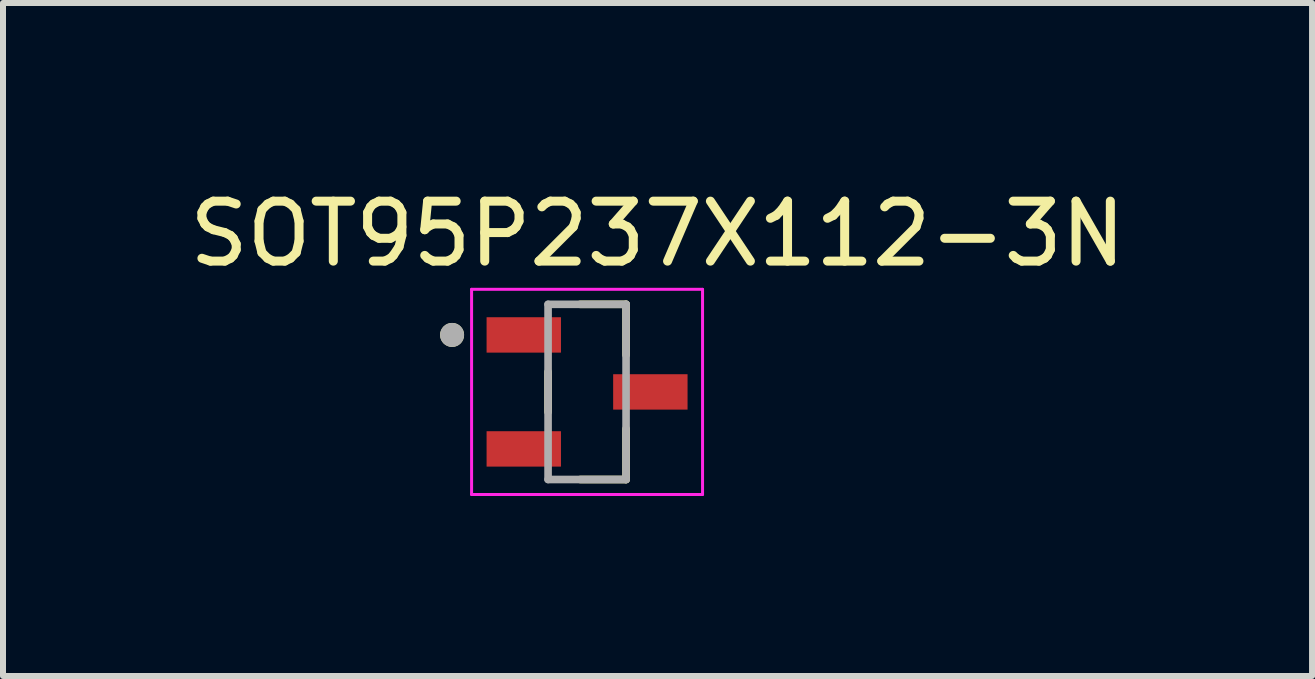
<source format=kicad_pcb>
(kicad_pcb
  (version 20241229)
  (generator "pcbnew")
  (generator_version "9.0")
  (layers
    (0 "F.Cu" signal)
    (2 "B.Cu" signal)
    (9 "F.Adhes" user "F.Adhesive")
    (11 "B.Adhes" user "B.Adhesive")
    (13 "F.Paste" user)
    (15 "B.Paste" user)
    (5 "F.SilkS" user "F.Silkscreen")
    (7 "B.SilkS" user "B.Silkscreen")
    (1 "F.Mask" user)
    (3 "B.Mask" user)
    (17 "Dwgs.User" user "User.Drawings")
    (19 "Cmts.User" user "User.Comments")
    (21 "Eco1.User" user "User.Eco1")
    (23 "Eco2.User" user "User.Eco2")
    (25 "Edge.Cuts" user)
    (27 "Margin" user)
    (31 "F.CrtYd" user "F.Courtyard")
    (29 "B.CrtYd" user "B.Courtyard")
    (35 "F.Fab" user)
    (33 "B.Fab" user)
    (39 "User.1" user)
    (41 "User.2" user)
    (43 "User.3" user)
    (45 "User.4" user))
  (footprint "SOT95P237X112-3N"
    (layer "F.Cu")
    (at 6.736 3.483)
    (property "Reference" "SOT95P237X112-3N" (at 1.175 -2.635 0) (layer "F.SilkS") (effects (font (size 1 1) (thickness 0.15))))
    (attr smd)
    (fp_line (start -0.65 0.335) (end -0.65 -0.335) (stroke (width 0.127) (type solid)) (layer "F.SilkS"))
    (fp_line (start -0.115 1.46) (end 0.65 1.46) (stroke (width 0.127) (type solid)) (layer "F.SilkS"))
    (fp_line (start 0.65 -1.46) (end -0.115 -1.46) (stroke (width 0.127) (type solid)) (layer "F.SilkS"))
    (fp_line (start 0.65 -0.615) (end 0.65 -1.46) (stroke (width 0.127) (type solid)) (layer "F.SilkS"))
    (fp_line (start 0.65 1.46) (end 0.65 0.615) (stroke (width 0.127) (type solid)) (layer "F.SilkS"))
    (fp_circle (center -2.25 -0.95) (end -2.15 -0.95) (stroke (width 0.2) (type solid)) (fill no) (layer "F.SilkS"))
    (fp_line (start -1.925 -1.71) (end -1.925 1.71) (stroke (width 0.05) (type solid)) (layer "F.CrtYd"))
    (fp_line (start -1.925 1.71) (end 1.925 1.71) (stroke (width 0.05) (type solid)) (layer "F.CrtYd"))
    (fp_line (start 1.925 -1.71) (end -1.925 -1.71) (stroke (width 0.05) (type solid)) (layer "F.CrtYd"))
    (fp_line (start 1.925 1.71) (end 1.925 -1.71) (stroke (width 0.05) (type solid)) (layer "F.CrtYd"))
    (fp_line (start -0.65 -1.46) (end -0.65 1.46) (stroke (width 0.127) (type solid)) (layer "F.Fab"))
    (fp_line (start -0.65 1.46) (end 0.65 1.46) (stroke (width 0.127) (type solid)) (layer "F.Fab"))
    (fp_line (start 0.65 -1.46) (end -0.65 -1.46) (stroke (width 0.127) (type solid)) (layer "F.Fab"))
    (fp_line (start 0.65 1.46) (end 0.65 -1.46) (stroke (width 0.127) (type solid)) (layer "F.Fab"))
    (fp_circle (center -2.25 -0.95) (end -2.15 -0.95) (stroke (width 0.2) (type solid)) (fill no) (layer "F.Fab"))
    (pad "1" smd rect (at -1.055 -0.95) (size 1.24 0.59) (layers "F.Cu" "F.Mask" "F.Paste"))
    (pad "2" smd rect (at -1.055 0.95) (size 1.24 0.59) (layers "F.Cu" "F.Mask" "F.Paste"))
    (pad "3" smd rect (at 1.055 0) (size 1.24 0.59) (layers "F.Cu" "F.Mask" "F.Paste")))
  (gr_rect
    (start -3 -3)
    (end 18.821 8.218)
    (stroke (width 0.1) (type default))
    (fill no)
    (layer "Edge.Cuts")))
</source>
